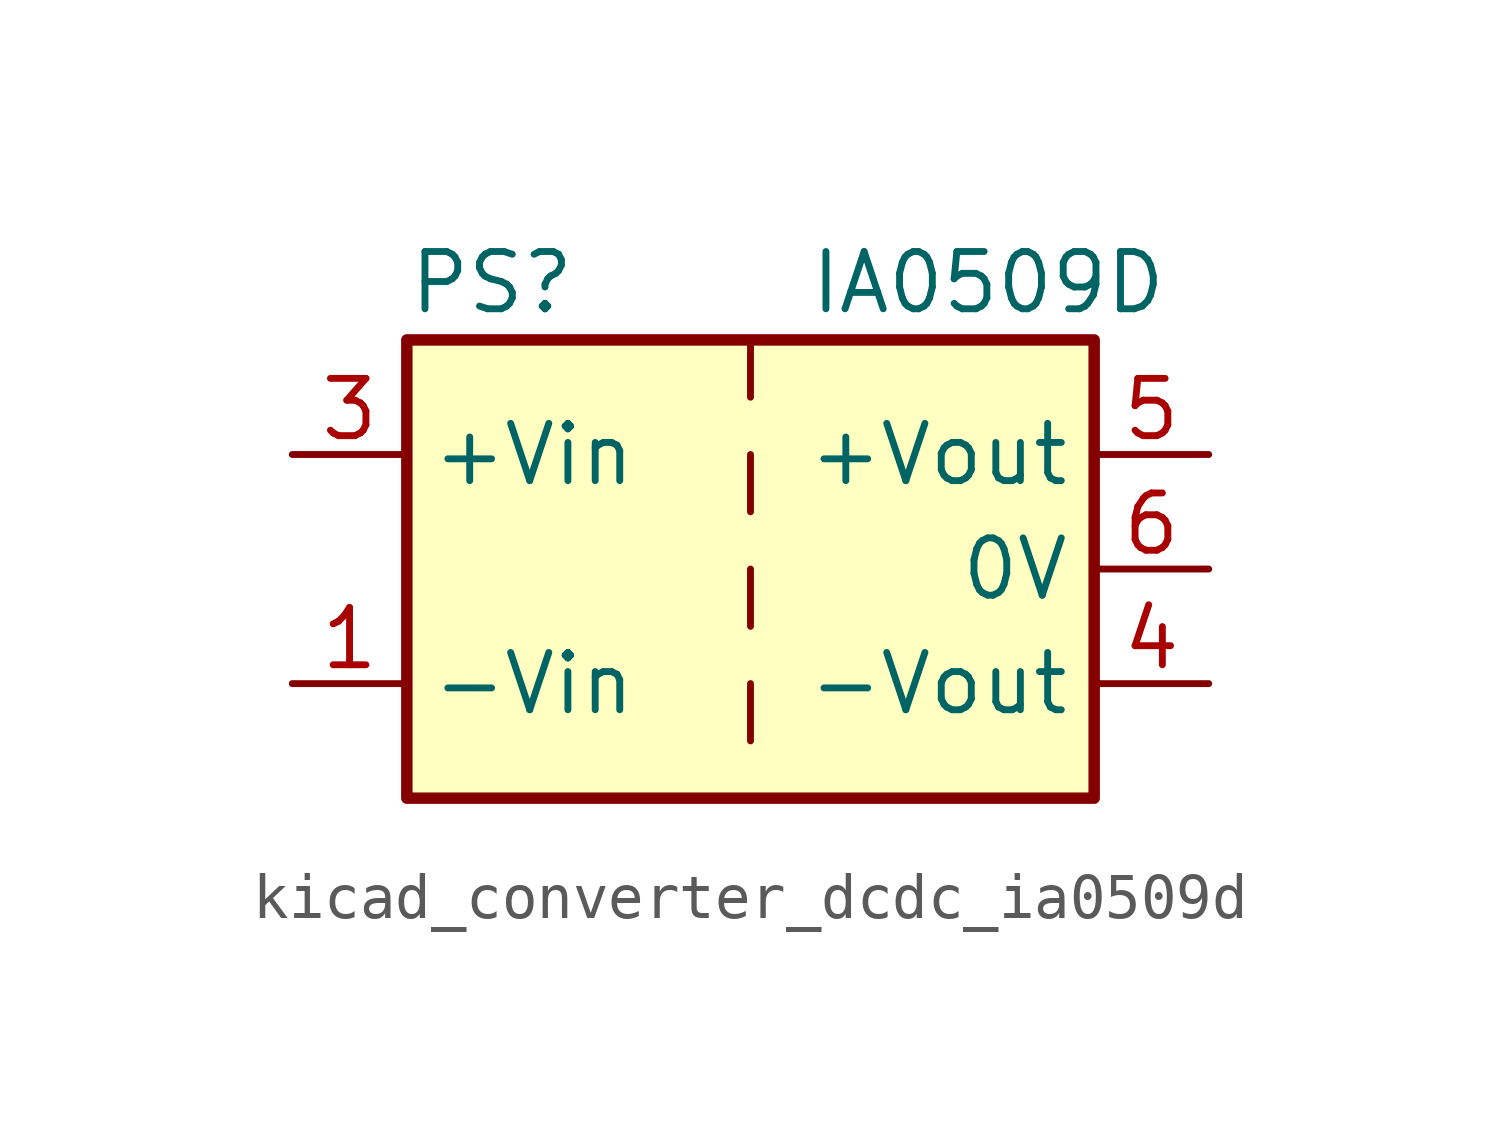
<source format=kicad_sym>
(kicad_symbol_lib
  (version 20220914)
  (generator kicad_symbol_editor)
  (symbol "kicad_converter_dcdc_ia0509d"
    (property "Reference" "PS"
      (at -7.62 6.35 0)
      (effects (font (size 1.27 1.27)) (justify left)))
    (property "Value" "IA0509D"
      (at 1.27 6.35 0)
      (effects (font (size 1.27 1.27)) (justify left)))
    (symbol "kicad_converter_dcdc_ia0509d_0_0"
      (pin power_in line (at -10.16 -2.54 0) (length 2.54) (name "-Vin" (effects (font (size 1.27 1.27)))) (number "1" (effects (font (size 1.27 1.27)))))
      (pin power_in line (at -10.16 2.54 0) (length 2.54) (name "+Vin" (effects (font (size 1.27 1.27)))) (number "3" (effects (font (size 1.27 1.27)))))
      (pin power_out line (at 10.16 -2.54 180) (length 2.54) (name "-Vout" (effects (font (size 1.27 1.27)))) (number "4" (effects (font (size 1.27 1.27)))))
      (pin power_out line (at 10.16 2.54 180) (length 2.54) (name "+Vout" (effects (font (size 1.27 1.27)))) (number "5" (effects (font (size 1.27 1.27)))))
      (pin power_out line (at 10.16 0 180) (length 2.54) (name "0V" (effects (font (size 1.27 1.27)))) (number "6" (effects (font (size 1.27 1.27))))))
    (symbol "kicad_converter_dcdc_ia0509d_0_1"
      (rectangle (start -7.62 5.08) (end 7.62 -5.08) (stroke (width 0.254) (type default)) (fill (type background)))
      (polyline (pts (xy 0 -2.54) (xy 0 -3.81)) (stroke (width 0) (type default)) (fill (type none)))
      (polyline (pts (xy 0 0) (xy 0 -1.27)) (stroke (width 0) (type default)) (fill (type none)))
      (polyline (pts (xy 0 2.54) (xy 0 1.27)) (stroke (width 0) (type default)) (fill (type none)))
      (polyline (pts (xy 0 5.08) (xy 0 3.81)) (stroke (width 0) (type default)) (fill (type none))))
    (symbol "kicad_converter_dcdc_ia0509d_1_1"
      (pin no_connect line (at 0 -5.08 90) (length 2.54) hide (name "NC" (effects (font (size 1.27 1.27)))) (number "2" (effects (font (size 1.27 1.27))))))))
</source>
